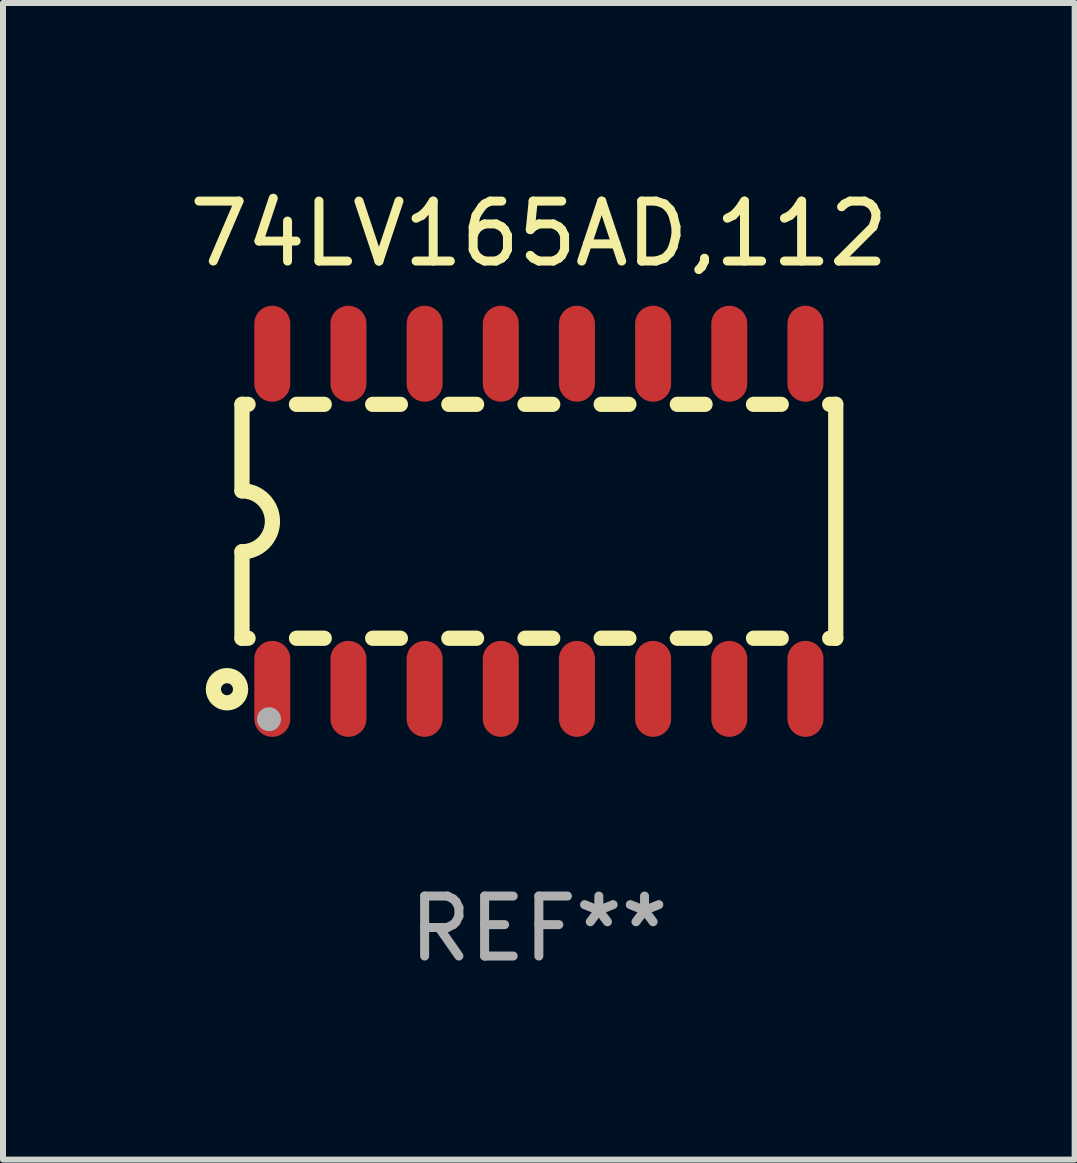
<source format=kicad_pcb>
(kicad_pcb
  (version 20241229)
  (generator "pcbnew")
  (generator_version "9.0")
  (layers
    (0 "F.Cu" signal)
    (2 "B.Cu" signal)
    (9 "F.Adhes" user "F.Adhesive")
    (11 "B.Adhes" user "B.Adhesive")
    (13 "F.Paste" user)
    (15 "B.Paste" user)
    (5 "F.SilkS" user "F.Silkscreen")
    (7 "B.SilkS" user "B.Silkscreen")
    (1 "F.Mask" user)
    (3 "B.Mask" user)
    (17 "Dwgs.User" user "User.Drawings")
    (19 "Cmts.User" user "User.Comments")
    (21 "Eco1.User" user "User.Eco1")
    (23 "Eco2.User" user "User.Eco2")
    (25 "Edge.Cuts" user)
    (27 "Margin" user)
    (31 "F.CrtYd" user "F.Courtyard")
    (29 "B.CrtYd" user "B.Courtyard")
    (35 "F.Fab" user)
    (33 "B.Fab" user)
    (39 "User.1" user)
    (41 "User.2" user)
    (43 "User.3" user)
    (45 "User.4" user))
  (footprint "74LV165AD,112"
    (layer "F.Cu")
    (at 5.935 5.642)
    (property "Reference" "74LV165AD,112" (at 0 -4.794 0) (layer "F.SilkS") (effects (font (size 1 1) (thickness 0.15))))
    (attr through_hole)
    (fp_line (start -4.95 -1.95) (end -4.95 -0.508) (stroke (width 0.254) (type solid)) (layer "F.SilkS"))
    (fp_line (start -4.95 -1.95) (end -4.849 -1.95) (stroke (width 0.254) (type solid)) (layer "F.SilkS"))
    (fp_line (start -4.95 1.95) (end -4.95 0.508) (stroke (width 0.254) (type solid)) (layer "F.SilkS"))
    (fp_line (start -4.95 1.95) (end -4.849 1.95) (stroke (width 0.254) (type solid)) (layer "F.SilkS"))
    (fp_line (start -4.041 -1.95) (end -3.579 -1.95) (stroke (width 0.254) (type solid)) (layer "F.SilkS"))
    (fp_line (start -4.041 1.95) (end -3.579 1.95) (stroke (width 0.254) (type solid)) (layer "F.SilkS"))
    (fp_line (start -2.771 -1.95) (end -2.309 -1.95) (stroke (width 0.254) (type solid)) (layer "F.SilkS"))
    (fp_line (start -2.771 1.95) (end -2.309 1.95) (stroke (width 0.254) (type solid)) (layer "F.SilkS"))
    (fp_line (start -1.501 -1.95) (end -1.039 -1.95) (stroke (width 0.254) (type solid)) (layer "F.SilkS"))
    (fp_line (start -1.501 1.95) (end -1.039 1.95) (stroke (width 0.254) (type solid)) (layer "F.SilkS"))
    (fp_line (start -0.231 -1.95) (end 0.231 -1.95) (stroke (width 0.254) (type solid)) (layer "F.SilkS"))
    (fp_line (start -0.231 1.95) (end 0.231 1.95) (stroke (width 0.254) (type solid)) (layer "F.SilkS"))
    (fp_line (start 1.039 -1.95) (end 1.501 -1.95) (stroke (width 0.254) (type solid)) (layer "F.SilkS"))
    (fp_line (start 1.039 1.95) (end 1.501 1.95) (stroke (width 0.254) (type solid)) (layer "F.SilkS"))
    (fp_line (start 2.309 -1.95) (end 2.771 -1.95) (stroke (width 0.254) (type solid)) (layer "F.SilkS"))
    (fp_line (start 2.309 1.95) (end 2.771 1.95) (stroke (width 0.254) (type solid)) (layer "F.SilkS"))
    (fp_line (start 3.579 -1.95) (end 4.041 -1.95) (stroke (width 0.254) (type solid)) (layer "F.SilkS"))
    (fp_line (start 3.579 1.95) (end 4.041 1.95) (stroke (width 0.254) (type solid)) (layer "F.SilkS"))
    (fp_line (start 4.849 -1.95) (end 4.95 -1.95) (stroke (width 0.254) (type solid)) (layer "F.SilkS"))
    (fp_line (start 4.849 1.95) (end 4.95 1.95) (stroke (width 0.254) (type solid)) (layer "F.SilkS"))
    (fp_line (start 4.95 -1.95) (end 4.95 1.95) (stroke (width 0.254) (type solid)) (layer "F.SilkS"))
    (fp_arc (start -4.95047 -0.508001) (mid -4.442469 -0.000228) (end -4.950013 0.508001) (stroke (width 0.254001) (type solid)) (layer "F.SilkS"))
    (fp_circle (center -5.2 2.8) (end -5.1 2.8) (stroke (width 0.254) (type solid)) (fill no) (layer "F.SilkS"))
    (fp_circle (center -4.95 2.947) (end -4.92 2.947) (stroke (width 0.06) (type solid)) (fill no) (layer "F.SilkS"))
    (fp_circle (center -4.5 3.3) (end -4.4 3.3) (stroke (width 0.2) (type solid)) (fill no) (layer "F.Fab"))
    (fp_text user "REF**" (at 0 6.794 0) (layer "F.Fab") (effects (font (size 1 1) (thickness 0.15))))
    (pad "1" smd oval (at -4.445 2.794) (size 0.6 1.6) (layers "F.Cu" "F.Mask" "F.Paste"))
    (pad "2" smd oval (at -3.175 2.794) (size 0.6 1.6) (layers "F.Cu" "F.Mask" "F.Paste"))
    (pad "3" smd oval (at -1.905 2.794) (size 0.6 1.6) (layers "F.Cu" "F.Mask" "F.Paste"))
    (pad "4" smd oval (at -0.635 2.794) (size 0.6 1.6) (layers "F.Cu" "F.Mask" "F.Paste"))
    (pad "5" smd oval (at 0.635 2.794) (size 0.6 1.6) (layers "F.Cu" "F.Mask" "F.Paste"))
    (pad "6" smd oval (at 1.905 2.794) (size 0.6 1.6) (layers "F.Cu" "F.Mask" "F.Paste"))
    (pad "7" smd oval (at 3.175 2.794) (size 0.6 1.6) (layers "F.Cu" "F.Mask" "F.Paste"))
    (pad "8" smd oval (at 4.445 2.794) (size 0.6 1.6) (layers "F.Cu" "F.Mask" "F.Paste"))
    (pad "9" smd oval (at 4.445 -2.794) (size 0.6 1.6) (layers "F.Cu" "F.Mask" "F.Paste"))
    (pad "10" smd oval (at 3.175 -2.794) (size 0.6 1.6) (layers "F.Cu" "F.Mask" "F.Paste"))
    (pad "11" smd oval (at 1.905 -2.794) (size 0.6 1.6) (layers "F.Cu" "F.Mask" "F.Paste"))
    (pad "12" smd oval (at 0.635 -2.794) (size 0.6 1.6) (layers "F.Cu" "F.Mask" "F.Paste"))
    (pad "13" smd oval (at -0.635 -2.794) (size 0.6 1.6) (layers "F.Cu" "F.Mask" "F.Paste"))
    (pad "14" smd oval (at -1.905 -2.794) (size 0.6 1.6) (layers "F.Cu" "F.Mask" "F.Paste"))
    (pad "15" smd oval (at -3.175 -2.794) (size 0.6 1.6) (layers "F.Cu" "F.Mask" "F.Paste"))
    (pad "16" smd oval (at -4.445 -2.794) (size 0.6 1.6) (layers "F.Cu" "F.Mask" "F.Paste")))
  (gr_rect
    (start -3 -3)
    (end 14.869 16.285)
    (stroke (width 0.1) (type default))
    (fill no)
    (layer "Edge.Cuts")))
</source>
